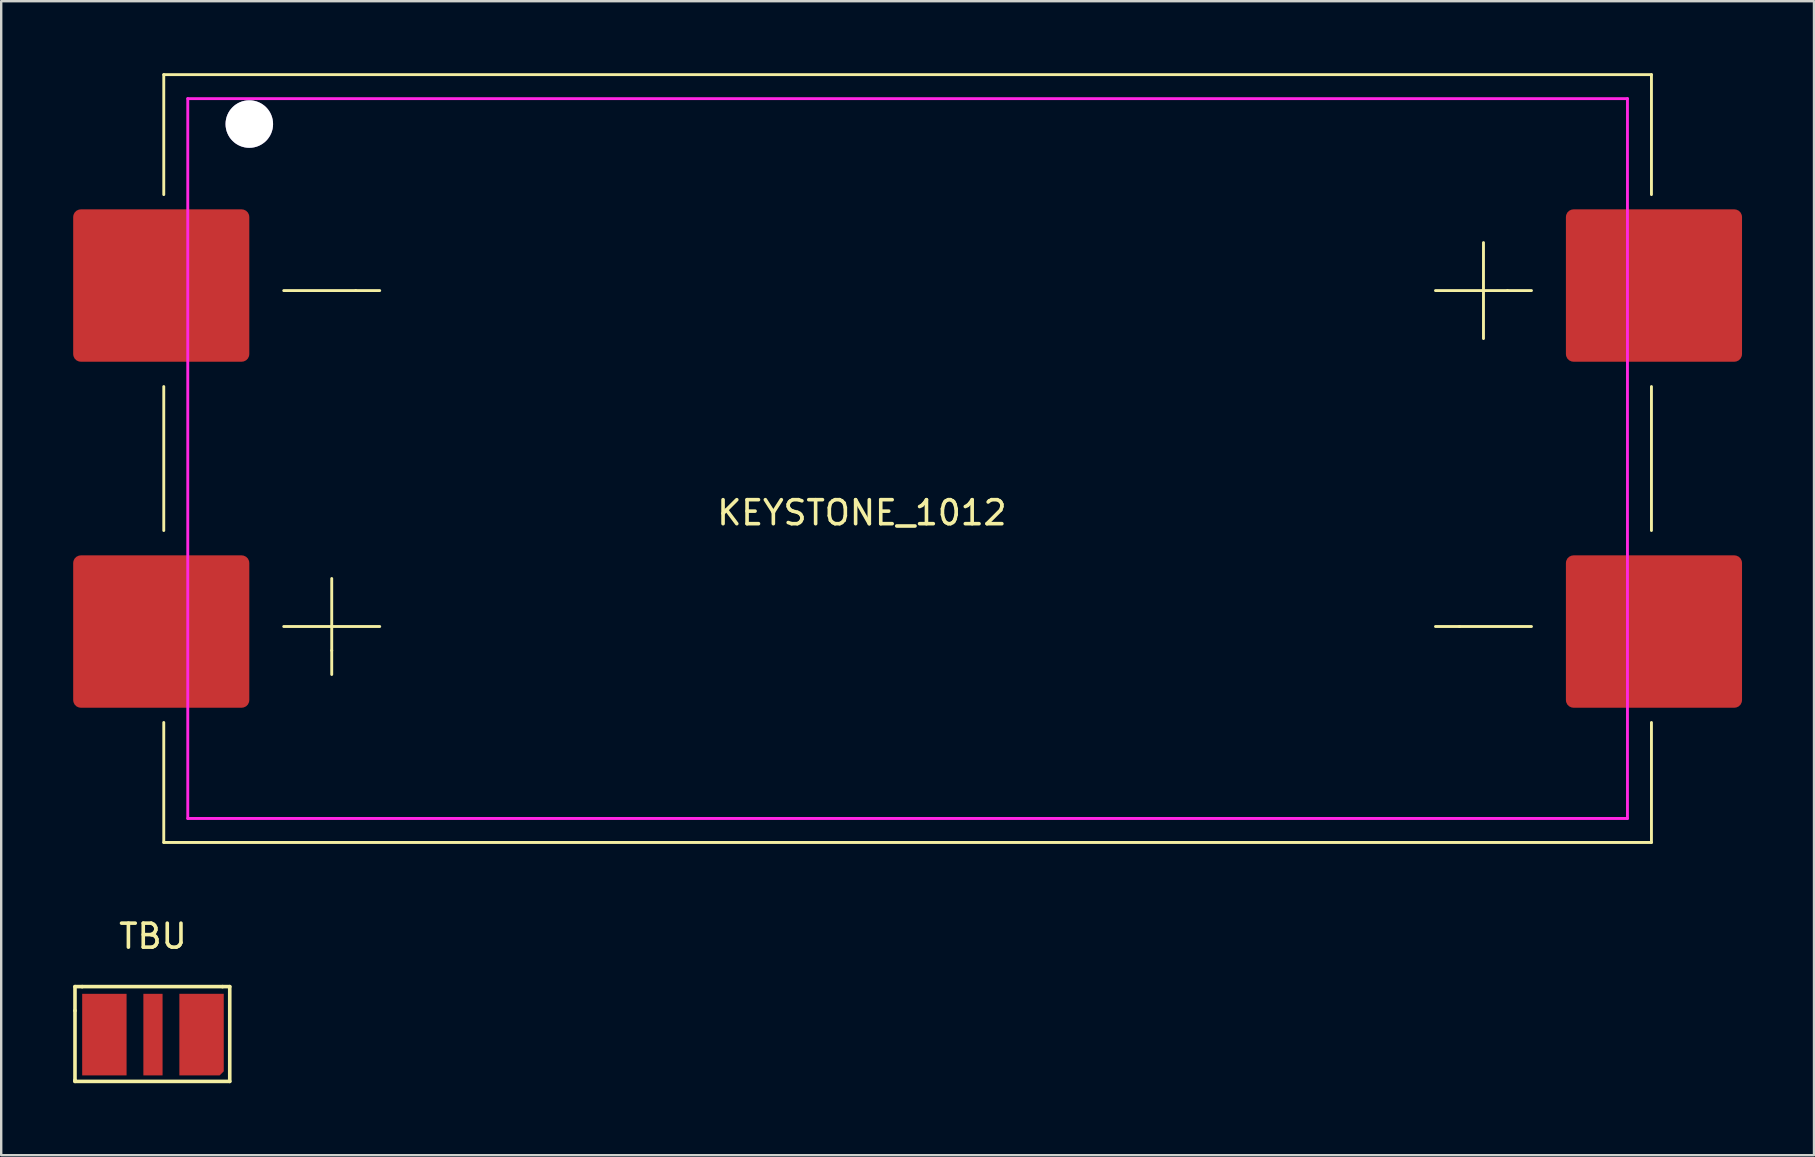
<source format=kicad_pcb>
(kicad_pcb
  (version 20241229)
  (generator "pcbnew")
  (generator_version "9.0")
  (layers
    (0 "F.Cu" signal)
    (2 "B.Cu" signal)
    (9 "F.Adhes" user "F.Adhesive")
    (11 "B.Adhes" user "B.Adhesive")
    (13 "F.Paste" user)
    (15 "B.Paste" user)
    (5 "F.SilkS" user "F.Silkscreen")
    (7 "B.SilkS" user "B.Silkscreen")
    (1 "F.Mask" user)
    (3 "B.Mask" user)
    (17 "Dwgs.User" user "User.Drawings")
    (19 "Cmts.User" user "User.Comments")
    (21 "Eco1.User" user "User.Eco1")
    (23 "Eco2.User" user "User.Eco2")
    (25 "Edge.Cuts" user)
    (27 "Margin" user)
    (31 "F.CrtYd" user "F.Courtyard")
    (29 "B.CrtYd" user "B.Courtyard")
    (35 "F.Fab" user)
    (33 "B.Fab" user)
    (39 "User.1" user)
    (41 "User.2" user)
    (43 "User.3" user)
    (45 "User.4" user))
  (footprint "KEYSTONE_1012"
    (layer "F.Cu")
    (at 34.775 16.06)
    (property "Reference" "KEYSTONE_1012" (at -1.905 2.26 0) (layer "F.SilkS") (effects (font (size 1 1) (thickness 0.15))))
    (attr through_hole)
    (fp_line (start -31 -16) (end -31 -11) (stroke (width 0.12) (type solid)) (layer "F.SilkS"))
    (fp_line (start -31 -3) (end -31 3) (stroke (width 0.12) (type solid)) (layer "F.SilkS"))
    (fp_line (start -31 11) (end -31 16) (stroke (width 0.12) (type solid)) (layer "F.SilkS"))
    (fp_line (start -31 16) (end 31 16) (stroke (width 0.12) (type solid)) (layer "F.SilkS"))
    (fp_line (start -26 -7) (end -23 -7) (stroke (width 0.12) (type solid)) (layer "F.SilkS"))
    (fp_line (start -26 7) (end -22 7) (stroke (width 0.12) (type solid)) (layer "F.SilkS"))
    (fp_line (start -24 5) (end -24 8) (stroke (width 0.12) (type solid)) (layer "F.SilkS"))
    (fp_line (start -24 8) (end -24 9) (stroke (width 0.12) (type solid)) (layer "F.SilkS"))
    (fp_line (start -23 -7) (end -22 -7) (stroke (width 0.12) (type solid)) (layer "F.SilkS"))
    (fp_line (start 23 7) (end 22 7) (stroke (width 0.12) (type solid)) (layer "F.SilkS"))
    (fp_line (start 24 -9) (end 24 -5) (stroke (width 0.12) (type solid)) (layer "F.SilkS"))
    (fp_line (start 25 -7) (end 22 -7) (stroke (width 0.12) (type solid)) (layer "F.SilkS"))
    (fp_line (start 25 -7) (end 26 -7) (stroke (width 0.12) (type solid)) (layer "F.SilkS"))
    (fp_line (start 26 7) (end 23 7) (stroke (width 0.12) (type solid)) (layer "F.SilkS"))
    (fp_line (start 31 -16) (end -31 -16) (stroke (width 0.12) (type solid)) (layer "F.SilkS"))
    (fp_line (start 31 -11) (end 31 -16) (stroke (width 0.12) (type solid)) (layer "F.SilkS"))
    (fp_line (start 31 3) (end 31 -3) (stroke (width 0.12) (type solid)) (layer "F.SilkS"))
    (fp_line (start 31 16) (end 31 11) (stroke (width 0.12) (type solid)) (layer "F.SilkS"))
    (fp_line (start -30 -15) (end -30 15) (stroke (width 0.12) (type solid)) (layer "F.CrtYd"))
    (fp_line (start -30 15) (end 30 15) (stroke (width 0.12) (type solid)) (layer "F.CrtYd"))
    (fp_line (start 30 -15) (end -30 -15) (stroke (width 0.12) (type solid)) (layer "F.CrtYd"))
    (fp_line (start 30 15) (end 30 -15) (stroke (width 0.12) (type solid)) (layer "F.CrtYd"))
    (pad "" thru_hole circle (at -27.435 -13.94) (size 1.98 1.98) (drill 1.98) (layers "*.Cu" "*.Mask"))
    (pad "1" smd roundrect (at -31.105 -7.21) (size 7.34 6.35) (layers "F.Cu" "F.Mask" "F.Paste") (roundrect_rratio 0.05))
    (pad "2" smd roundrect (at 31.105 -7.21) (size 7.34 6.35) (layers "F.Cu" "F.Mask" "F.Paste") (roundrect_rratio 0.05))
    (pad "3" smd roundrect (at 31.105 7.21) (size 7.34 6.35) (layers "F.Cu" "F.Mask" "F.Paste") (roundrect_rratio 0.05))
    (pad "4" smd roundrect (at -31.105 7.21) (size 7.34 6.35) (layers "F.Cu" "F.Mask" "F.Paste") (roundrect_rratio 0.05)))
  (footprint "TBU"
    (layer "F.Cu")
    (at 3.325 40.068)
    (property "Reference" "TBU" (at 0 -4.1 0) (layer "F.SilkS") (effects (font (size 1 1) (thickness 0.15))))
    (attr smd)
    (fp_line (start -3.25 -2) (end -3.25 -1) (stroke (width 0.15) (type solid)) (layer "F.SilkS"))
    (fp_line (start -3.25 -1) (end -3.25 1.9) (stroke (width 0.15) (type solid)) (layer "F.SilkS"))
    (fp_line (start -3.25 1.9) (end -3.25 1.95) (stroke (width 0.15) (type solid)) (layer "F.SilkS"))
    (fp_line (start -3.25 1.95) (end 3.2 1.95) (stroke (width 0.15) (type solid)) (layer "F.SilkS"))
    (fp_line (start -2.95 -2) (end -3.25 -2) (stroke (width 0.15) (type solid)) (layer "F.SilkS"))
    (fp_line (start 2.9 -2) (end -2.95 -2) (stroke (width 0.15) (type solid)) (layer "F.SilkS"))
    (fp_line (start 3.2 -2) (end 2.9 -2) (stroke (width 0.15) (type solid)) (layer "F.SilkS"))
    (fp_line (start 3.2 1.95) (end 3.2 -2) (stroke (width 0.15) (type solid)) (layer "F.SilkS"))
    (pad "1" smd rect (at -2.025 0) (size 1.85 3.4) (layers "F.Cu" "F.Mask" "F.Paste"))
    (pad "2" smd rect (at 0 0) (size 0.8 3.4) (layers "F.Cu" "F.Mask" "F.Paste"))
    (pad "3" smd custom (at 2.025 0) (size 1.8 3) (layers "F.Cu" "F.Mask" "F.Paste") (options (anchor rect)) (primitives (gr_poly (pts (xy -0.925 1.7) (xy -0.925 -1.7) (xy 0.925 -1.7) (xy 0.925 1.53) (xy 0.755 1.7)) (width 0) (fill yes)))))
  (gr_rect
    (start -3 -3)
    (end 72.55 45.093)
    (stroke (width 0.1) (type default))
    (fill no)
    (layer "Edge.Cuts")))
</source>
